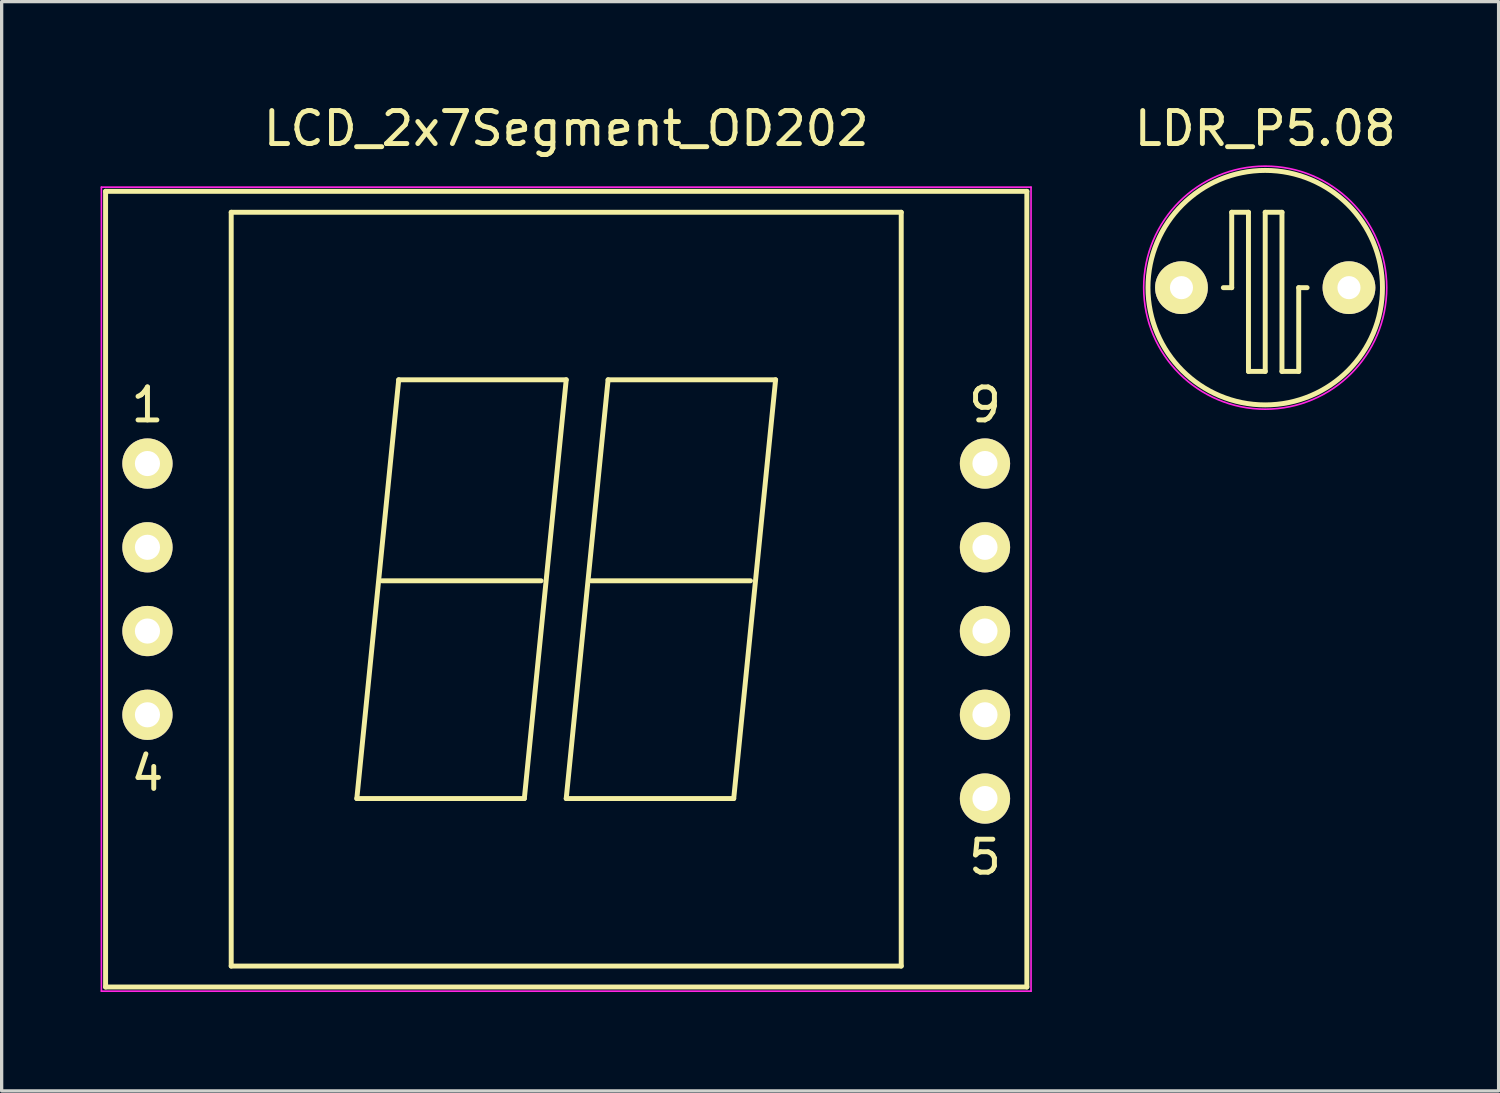
<source format=kicad_pcb>
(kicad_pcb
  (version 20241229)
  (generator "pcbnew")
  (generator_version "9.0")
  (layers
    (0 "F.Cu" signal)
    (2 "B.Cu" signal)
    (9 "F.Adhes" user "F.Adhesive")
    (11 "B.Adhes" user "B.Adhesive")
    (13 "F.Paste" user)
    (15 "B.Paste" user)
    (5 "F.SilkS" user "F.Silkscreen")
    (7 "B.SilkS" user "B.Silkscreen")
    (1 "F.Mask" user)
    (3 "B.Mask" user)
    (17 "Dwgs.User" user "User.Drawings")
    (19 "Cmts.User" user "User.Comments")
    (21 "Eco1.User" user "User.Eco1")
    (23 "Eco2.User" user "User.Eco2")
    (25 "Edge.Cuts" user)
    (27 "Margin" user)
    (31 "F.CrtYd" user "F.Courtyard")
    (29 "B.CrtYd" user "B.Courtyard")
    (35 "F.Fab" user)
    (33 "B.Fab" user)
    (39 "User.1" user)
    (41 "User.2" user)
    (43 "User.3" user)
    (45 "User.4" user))
  (footprint "LCD_2x7Segment_OD202"
    (layer "F.Cu")
    (at 1.422 11.008)
    (property "Reference" "LCD_2x7Segment_OD202" (at 12.7 -10.16 0) (layer "F.SilkS") (effects (font (size 1 1) (thickness 0.15))))
    (attr through_hole)
    (fp_line (start -1.27 -8.255) (end 26.67 -8.255) (stroke (width 0.15) (type solid)) (layer "F.SilkS"))
    (fp_line (start -1.27 15.875) (end -1.27 -8.255) (stroke (width 0.15) (type solid)) (layer "F.SilkS"))
    (fp_line (start 2.54 -7.62) (end 22.86 -7.62) (stroke (width 0.15) (type solid)) (layer "F.SilkS"))
    (fp_line (start 2.54 15.24) (end 2.54 -7.62) (stroke (width 0.15) (type solid)) (layer "F.SilkS"))
    (fp_line (start 6.35 10.16) (end 11.43 10.16) (stroke (width 0.15) (type solid)) (layer "F.SilkS"))
    (fp_line (start 7.62 -2.54) (end 6.35 10.16) (stroke (width 0.15) (type solid)) (layer "F.SilkS"))
    (fp_line (start 11.43 10.16) (end 12.7 -2.54) (stroke (width 0.15) (type solid)) (layer "F.SilkS"))
    (fp_line (start 11.938 3.556) (end 7.112 3.556) (stroke (width 0.15) (type solid)) (layer "F.SilkS"))
    (fp_line (start 12.7 -2.54) (end 7.62 -2.54) (stroke (width 0.15) (type solid)) (layer "F.SilkS"))
    (fp_line (start 12.7 10.16) (end 13.97 -2.54) (stroke (width 0.15) (type solid)) (layer "F.SilkS"))
    (fp_line (start 13.462 3.556) (end 18.288 3.556) (stroke (width 0.15) (type solid)) (layer "F.SilkS"))
    (fp_line (start 13.97 -2.54) (end 19.05 -2.54) (stroke (width 0.15) (type solid)) (layer "F.SilkS"))
    (fp_line (start 17.78 10.16) (end 12.7 10.16) (stroke (width 0.15) (type solid)) (layer "F.SilkS"))
    (fp_line (start 19.05 -2.54) (end 17.78 10.16) (stroke (width 0.15) (type solid)) (layer "F.SilkS"))
    (fp_line (start 22.86 -7.62) (end 22.86 15.24) (stroke (width 0.15) (type solid)) (layer "F.SilkS"))
    (fp_line (start 22.86 15.24) (end 2.54 15.24) (stroke (width 0.15) (type solid)) (layer "F.SilkS"))
    (fp_line (start 26.67 -8.255) (end 26.67 15.875) (stroke (width 0.15) (type solid)) (layer "F.SilkS"))
    (fp_line (start 26.67 15.875) (end -1.27 15.875) (stroke (width 0.15) (type solid)) (layer "F.SilkS"))
    (fp_line (start -1.397 -8.382) (end 26.797 -8.382) (stroke (width 0.05) (type solid)) (layer "F.CrtYd"))
    (fp_line (start -1.397 16.002) (end -1.397 -8.382) (stroke (width 0.05) (type solid)) (layer "F.CrtYd"))
    (fp_line (start 26.797 -8.382) (end 26.797 16.002) (stroke (width 0.05) (type solid)) (layer "F.CrtYd"))
    (fp_line (start 26.797 16.002) (end -1.397 16.002) (stroke (width 0.05) (type solid)) (layer "F.CrtYd"))
    (fp_text user "1" (at 0 -1.778 0) (layer "F.SilkS") (effects (font (size 1 1) (thickness 0.15))))
    (fp_text user "9" (at 25.4 -1.778 0) (layer "F.SilkS") (effects (font (size 1 1) (thickness 0.15))))
    (fp_text user "5" (at 25.4 11.938 0) (layer "F.SilkS") (effects (font (size 1 1) (thickness 0.15))))
    (fp_text user "4" (at 0 9.398 0) (layer "F.SilkS") (effects (font (size 1 1) (thickness 0.15))))
    (pad "1" thru_hole circle (at 0 0) (size 1.524 1.524) (drill 0.762) (layers "*.Cu" "*.Mask" "F.SilkS"))
    (pad "2" thru_hole circle (at 0 2.54) (size 1.524 1.524) (drill 0.762) (layers "*.Cu" "*.Mask" "F.SilkS"))
    (pad "3" thru_hole circle (at 0 5.08) (size 1.524 1.524) (drill 0.762) (layers "*.Cu" "*.Mask" "F.SilkS"))
    (pad "4" thru_hole circle (at 0 7.62) (size 1.524 1.524) (drill 0.762) (layers "*.Cu" "*.Mask" "F.SilkS"))
    (pad "5" thru_hole circle (at 25.4 10.16) (size 1.524 1.524) (drill 0.762) (layers "*.Cu" "*.Mask" "F.SilkS"))
    (pad "6" thru_hole circle (at 25.4 7.62) (size 1.524 1.524) (drill 0.762) (layers "*.Cu" "*.Mask" "F.SilkS"))
    (pad "7" thru_hole circle (at 25.4 5.08) (size 1.524 1.524) (drill 0.762) (layers "*.Cu" "*.Mask" "F.SilkS"))
    (pad "8" thru_hole circle (at 25.4 2.54) (size 1.524 1.524) (drill 0.762) (layers "*.Cu" "*.Mask" "F.SilkS"))
    (pad "9" thru_hole circle (at 25.4 0) (size 1.524 1.524) (drill 0.762) (layers "*.Cu" "*.Mask" "F.SilkS")))
  (footprint "LDR_P5.08"
    (layer "F.Cu")
    (at 32.781 5.674)
    (property "Reference" "LDR_P5.08" (at 2.54 -4.826 0) (layer "F.SilkS") (effects (font (size 1 1) (thickness 0.15))))
    (attr through_hole)
    (fp_line (start 1.27 0) (end 1.524 0) (stroke (width 0.15) (type solid)) (layer "F.SilkS"))
    (fp_line (start 1.524 -2.286) (end 2.032 -2.286) (stroke (width 0.15) (type solid)) (layer "F.SilkS"))
    (fp_line (start 1.524 0) (end 1.524 -2.286) (stroke (width 0.15) (type solid)) (layer "F.SilkS"))
    (fp_line (start 2.032 -2.286) (end 2.032 2.54) (stroke (width 0.15) (type solid)) (layer "F.SilkS"))
    (fp_line (start 2.032 2.54) (end 2.54 2.54) (stroke (width 0.15) (type solid)) (layer "F.SilkS"))
    (fp_line (start 2.54 -2.286) (end 3.048 -2.286) (stroke (width 0.15) (type solid)) (layer "F.SilkS"))
    (fp_line (start 2.54 2.54) (end 2.54 -2.286) (stroke (width 0.15) (type solid)) (layer "F.SilkS"))
    (fp_line (start 3.048 -2.286) (end 3.048 2.54) (stroke (width 0.15) (type solid)) (layer "F.SilkS"))
    (fp_line (start 3.048 2.54) (end 3.556 2.54) (stroke (width 0.15) (type solid)) (layer "F.SilkS"))
    (fp_line (start 3.556 0) (end 3.81 0) (stroke (width 0.15) (type solid)) (layer "F.SilkS"))
    (fp_line (start 3.556 2.54) (end 3.556 0) (stroke (width 0.15) (type solid)) (layer "F.SilkS"))
    (fp_circle (center 2.54 0) (end 6.096 0) (stroke (width 0.15) (type solid)) (fill no) (layer "F.SilkS"))
    (fp_circle (center 2.54 0) (end 6.223 0.127) (stroke (width 0.05) (type solid)) (fill no) (layer "F.CrtYd"))
    (pad "1" thru_hole circle (at 0 0) (size 1.6 1.6) (drill 0.7) (layers "*.Cu" "*.Mask" "F.SilkS"))
    (pad "2" thru_hole circle (at 5.08 0) (size 1.6 1.6) (drill 0.7) (layers "*.Cu" "*.Mask" "F.SilkS")))
  (gr_rect
    (start -3 -3)
    (end 42.399 30.035)
    (stroke (width 0.1) (type default))
    (fill no)
    (layer "Edge.Cuts")))
</source>
